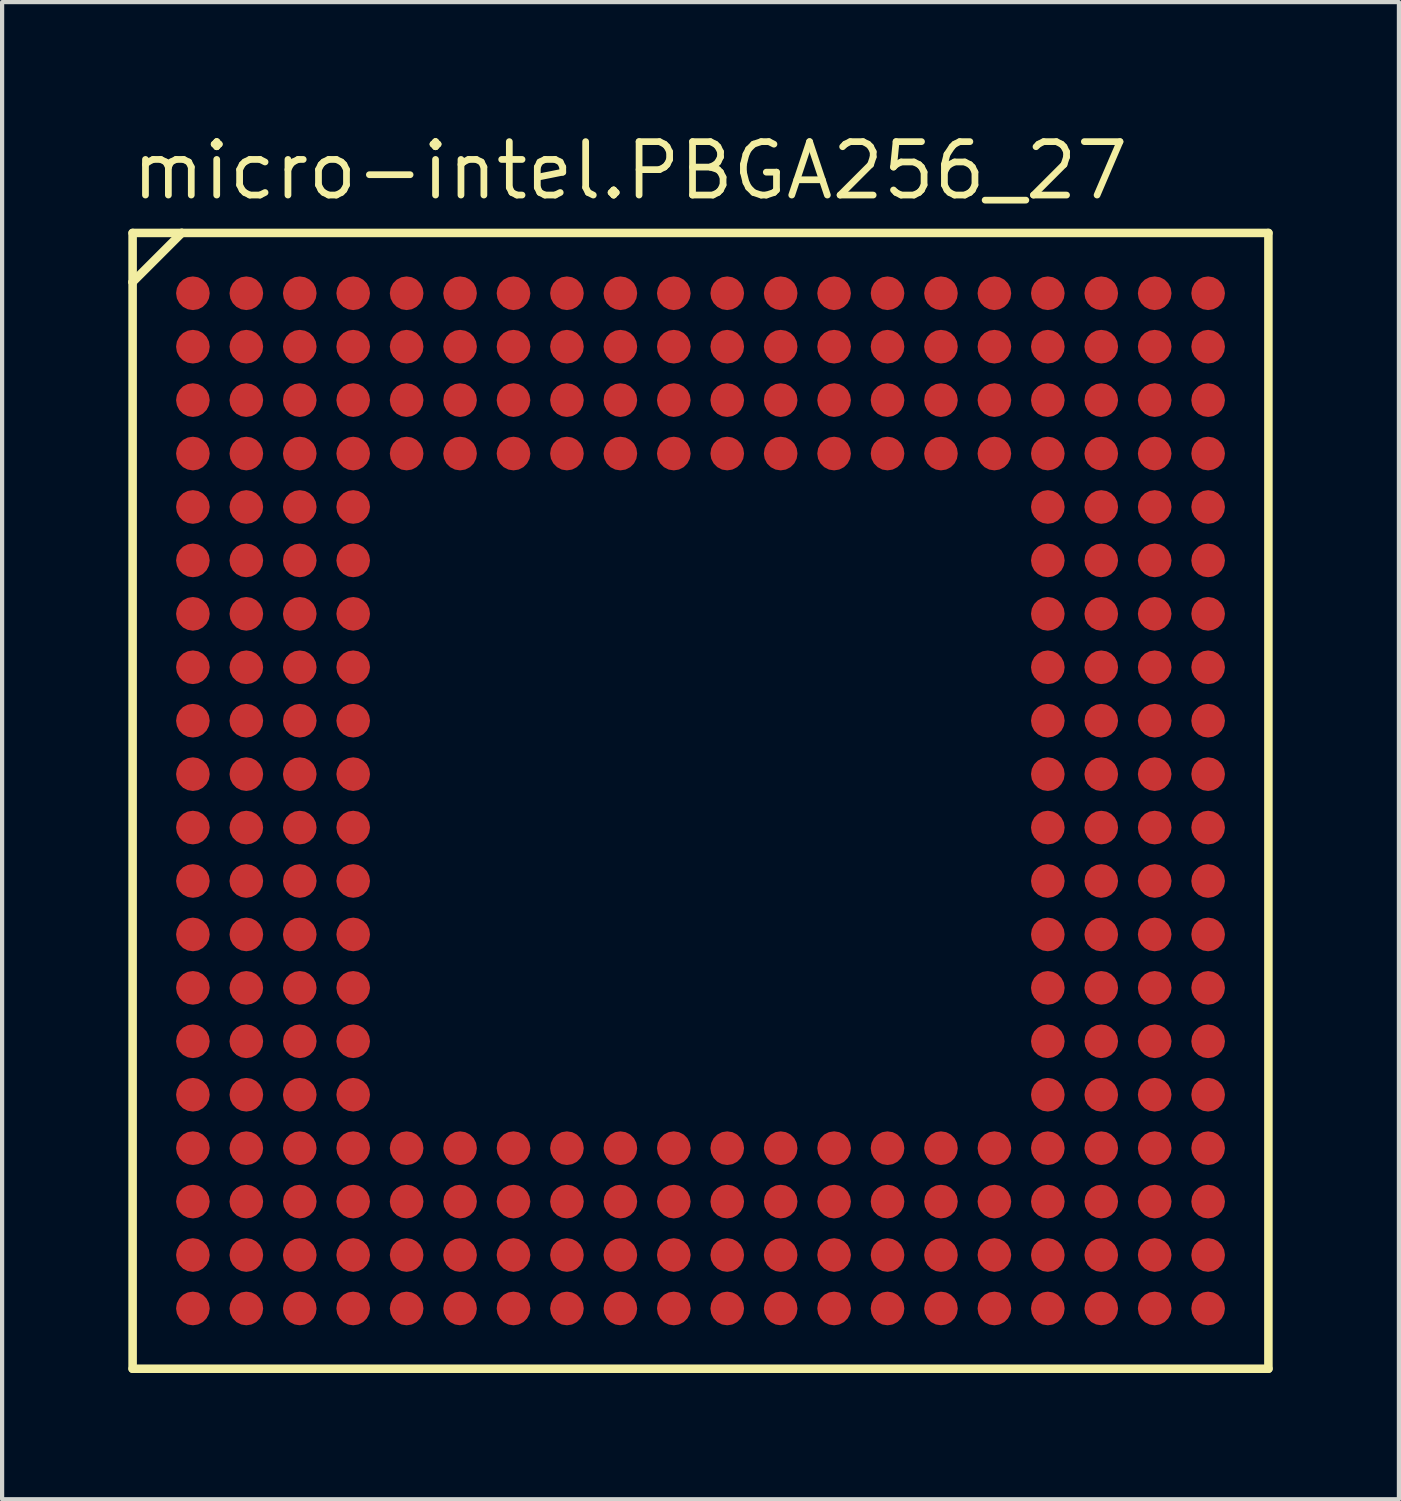
<source format=kicad_pcb>
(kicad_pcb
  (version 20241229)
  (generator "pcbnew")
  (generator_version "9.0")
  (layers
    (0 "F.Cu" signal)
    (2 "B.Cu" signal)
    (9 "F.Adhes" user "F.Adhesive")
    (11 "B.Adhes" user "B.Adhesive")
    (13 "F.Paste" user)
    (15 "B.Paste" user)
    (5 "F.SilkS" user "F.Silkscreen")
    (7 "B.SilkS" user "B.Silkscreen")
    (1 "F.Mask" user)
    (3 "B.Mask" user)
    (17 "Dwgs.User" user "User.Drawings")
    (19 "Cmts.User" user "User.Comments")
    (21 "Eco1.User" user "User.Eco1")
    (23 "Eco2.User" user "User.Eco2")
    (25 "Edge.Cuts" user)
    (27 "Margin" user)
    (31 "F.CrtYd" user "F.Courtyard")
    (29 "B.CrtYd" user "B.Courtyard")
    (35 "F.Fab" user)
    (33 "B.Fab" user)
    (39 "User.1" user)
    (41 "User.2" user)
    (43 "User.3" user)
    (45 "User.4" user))
  (footprint "micro-intel.PBGA256_27"
    (layer "F.Cu")
    (at 13.6 15.985)
    (property "Reference" "micro-intel.PBGA256_27" (at -13.6 -14.235 0) (layer "F.SilkS") (effects (font (size 1.27 1.27) (thickness 0.16)) (justify left bottom)))
    (attr smd)
    (fp_circle (center -12.065 -12.065) (end -11.665 -12.065) (stroke (width 0.1) (type default)) (fill no) (layer "F.Mask"))
    (fp_circle (center -12.065 -10.795) (end -11.665 -10.795) (stroke (width 0.1) (type default)) (fill no) (layer "F.Mask"))
    (fp_circle (center -12.065 -9.525) (end -11.665 -9.525) (stroke (width 0.1) (type default)) (fill no) (layer "F.Mask"))
    (fp_circle (center -12.065 -8.255) (end -11.665 -8.255) (stroke (width 0.1) (type default)) (fill no) (layer "F.Mask"))
    (fp_circle (center -12.065 -6.985) (end -11.665 -6.985) (stroke (width 0.1) (type default)) (fill no) (layer "F.Mask"))
    (fp_circle (center -12.065 -5.715) (end -11.665 -5.715) (stroke (width 0.1) (type default)) (fill no) (layer "F.Mask"))
    (fp_circle (center -12.065 -4.445) (end -11.665 -4.445) (stroke (width 0.1) (type default)) (fill no) (layer "F.Mask"))
    (fp_circle (center -12.065 -3.175) (end -11.665 -3.175) (stroke (width 0.1) (type default)) (fill no) (layer "F.Mask"))
    (fp_circle (center -12.065 -1.905) (end -11.665 -1.905) (stroke (width 0.1) (type default)) (fill no) (layer "F.Mask"))
    (fp_circle (center -12.065 -0.635) (end -11.665 -0.635) (stroke (width 0.1) (type default)) (fill no) (layer "F.Mask"))
    (fp_circle (center -12.065 0.635) (end -11.665 0.635) (stroke (width 0.1) (type default)) (fill no) (layer "F.Mask"))
    (fp_circle (center -12.065 1.905) (end -11.665 1.905) (stroke (width 0.1) (type default)) (fill no) (layer "F.Mask"))
    (fp_circle (center -12.065 3.175) (end -11.665 3.175) (stroke (width 0.1) (type default)) (fill no) (layer "F.Mask"))
    (fp_circle (center -12.065 4.445) (end -11.665 4.445) (stroke (width 0.1) (type default)) (fill no) (layer "F.Mask"))
    (fp_circle (center -12.065 5.715) (end -11.665 5.715) (stroke (width 0.1) (type default)) (fill no) (layer "F.Mask"))
    (fp_circle (center -12.065 6.985) (end -11.665 6.985) (stroke (width 0.1) (type default)) (fill no) (layer "F.Mask"))
    (fp_circle (center -12.065 8.255) (end -11.665 8.255) (stroke (width 0.1) (type default)) (fill no) (layer "F.Mask"))
    (fp_circle (center -12.065 9.525) (end -11.665 9.525) (stroke (width 0.1) (type default)) (fill no) (layer "F.Mask"))
    (fp_circle (center -12.065 10.795) (end -11.665 10.795) (stroke (width 0.1) (type default)) (fill no) (layer "F.Mask"))
    (fp_circle (center -12.065 12.065) (end -11.665 12.065) (stroke (width 0.1) (type default)) (fill no) (layer "F.Mask"))
    (fp_circle (center -10.795 -12.065) (end -10.395 -12.065) (stroke (width 0.1) (type default)) (fill no) (layer "F.Mask"))
    (fp_circle (center -10.795 -10.795) (end -10.395 -10.795) (stroke (width 0.1) (type default)) (fill no) (layer "F.Mask"))
    (fp_circle (center -10.795 -9.525) (end -10.395 -9.525) (stroke (width 0.1) (type default)) (fill no) (layer "F.Mask"))
    (fp_circle (center -10.795 -8.255) (end -10.395 -8.255) (stroke (width 0.1) (type default)) (fill no) (layer "F.Mask"))
    (fp_circle (center -10.795 -6.985) (end -10.395 -6.985) (stroke (width 0.1) (type default)) (fill no) (layer "F.Mask"))
    (fp_circle (center -10.795 -5.715) (end -10.395 -5.715) (stroke (width 0.1) (type default)) (fill no) (layer "F.Mask"))
    (fp_circle (center -10.795 -4.445) (end -10.395 -4.445) (stroke (width 0.1) (type default)) (fill no) (layer "F.Mask"))
    (fp_circle (center -10.795 -3.175) (end -10.395 -3.175) (stroke (width 0.1) (type default)) (fill no) (layer "F.Mask"))
    (fp_circle (center -10.795 -1.905) (end -10.395 -1.905) (stroke (width 0.1) (type default)) (fill no) (layer "F.Mask"))
    (fp_circle (center -10.795 -0.635) (end -10.395 -0.635) (stroke (width 0.1) (type default)) (fill no) (layer "F.Mask"))
    (fp_circle (center -10.795 0.635) (end -10.395 0.635) (stroke (width 0.1) (type default)) (fill no) (layer "F.Mask"))
    (fp_circle (center -10.795 1.905) (end -10.395 1.905) (stroke (width 0.1) (type default)) (fill no) (layer "F.Mask"))
    (fp_circle (center -10.795 3.175) (end -10.395 3.175) (stroke (width 0.1) (type default)) (fill no) (layer "F.Mask"))
    (fp_circle (center -10.795 4.445) (end -10.395 4.445) (stroke (width 0.1) (type default)) (fill no) (layer "F.Mask"))
    (fp_circle (center -10.795 5.715) (end -10.395 5.715) (stroke (width 0.1) (type default)) (fill no) (layer "F.Mask"))
    (fp_circle (center -10.795 6.985) (end -10.395 6.985) (stroke (width 0.1) (type default)) (fill no) (layer "F.Mask"))
    (fp_circle (center -10.795 8.255) (end -10.395 8.255) (stroke (width 0.1) (type default)) (fill no) (layer "F.Mask"))
    (fp_circle (center -10.795 9.525) (end -10.395 9.525) (stroke (width 0.1) (type default)) (fill no) (layer "F.Mask"))
    (fp_circle (center -10.795 10.795) (end -10.395 10.795) (stroke (width 0.1) (type default)) (fill no) (layer "F.Mask"))
    (fp_circle (center -10.795 12.065) (end -10.395 12.065) (stroke (width 0.1) (type default)) (fill no) (layer "F.Mask"))
    (fp_circle (center -9.525 -12.065) (end -9.125 -12.065) (stroke (width 0.1) (type default)) (fill no) (layer "F.Mask"))
    (fp_circle (center -9.525 -10.795) (end -9.125 -10.795) (stroke (width 0.1) (type default)) (fill no) (layer "F.Mask"))
    (fp_circle (center -9.525 -9.525) (end -9.125 -9.525) (stroke (width 0.1) (type default)) (fill no) (layer "F.Mask"))
    (fp_circle (center -9.525 -8.255) (end -9.125 -8.255) (stroke (width 0.1) (type default)) (fill no) (layer "F.Mask"))
    (fp_circle (center -9.525 -6.985) (end -9.125 -6.985) (stroke (width 0.1) (type default)) (fill no) (layer "F.Mask"))
    (fp_circle (center -9.525 -5.715) (end -9.125 -5.715) (stroke (width 0.1) (type default)) (fill no) (layer "F.Mask"))
    (fp_circle (center -9.525 -4.445) (end -9.125 -4.445) (stroke (width 0.1) (type default)) (fill no) (layer "F.Mask"))
    (fp_circle (center -9.525 -3.175) (end -9.125 -3.175) (stroke (width 0.1) (type default)) (fill no) (layer "F.Mask"))
    (fp_circle (center -9.525 -1.905) (end -9.125 -1.905) (stroke (width 0.1) (type default)) (fill no) (layer "F.Mask"))
    (fp_circle (center -9.525 -0.635) (end -9.125 -0.635) (stroke (width 0.1) (type default)) (fill no) (layer "F.Mask"))
    (fp_circle (center -9.525 0.635) (end -9.125 0.635) (stroke (width 0.1) (type default)) (fill no) (layer "F.Mask"))
    (fp_circle (center -9.525 1.905) (end -9.125 1.905) (stroke (width 0.1) (type default)) (fill no) (layer "F.Mask"))
    (fp_circle (center -9.525 3.175) (end -9.125 3.175) (stroke (width 0.1) (type default)) (fill no) (layer "F.Mask"))
    (fp_circle (center -9.525 4.445) (end -9.125 4.445) (stroke (width 0.1) (type default)) (fill no) (layer "F.Mask"))
    (fp_circle (center -9.525 5.715) (end -9.125 5.715) (stroke (width 0.1) (type default)) (fill no) (layer "F.Mask"))
    (fp_circle (center -9.525 6.985) (end -9.125 6.985) (stroke (width 0.1) (type default)) (fill no) (layer "F.Mask"))
    (fp_circle (center -9.525 8.255) (end -9.125 8.255) (stroke (width 0.1) (type default)) (fill no) (layer "F.Mask"))
    (fp_circle (center -9.525 9.525) (end -9.125 9.525) (stroke (width 0.1) (type default)) (fill no) (layer "F.Mask"))
    (fp_circle (center -9.525 10.795) (end -9.125 10.795) (stroke (width 0.1) (type default)) (fill no) (layer "F.Mask"))
    (fp_circle (center -9.525 12.065) (end -9.125 12.065) (stroke (width 0.1) (type default)) (fill no) (layer "F.Mask"))
    (fp_circle (center -8.255 -12.065) (end -7.855 -12.065) (stroke (width 0.1) (type default)) (fill no) (layer "F.Mask"))
    (fp_circle (center -8.255 -10.795) (end -7.855 -10.795) (stroke (width 0.1) (type default)) (fill no) (layer "F.Mask"))
    (fp_circle (center -8.255 -9.525) (end -7.855 -9.525) (stroke (width 0.1) (type default)) (fill no) (layer "F.Mask"))
    (fp_circle (center -8.255 -8.255) (end -7.855 -8.255) (stroke (width 0.1) (type default)) (fill no) (layer "F.Mask"))
    (fp_circle (center -8.255 -6.985) (end -7.855 -6.985) (stroke (width 0.1) (type default)) (fill no) (layer "F.Mask"))
    (fp_circle (center -8.255 -5.715) (end -7.855 -5.715) (stroke (width 0.1) (type default)) (fill no) (layer "F.Mask"))
    (fp_circle (center -8.255 -4.445) (end -7.855 -4.445) (stroke (width 0.1) (type default)) (fill no) (layer "F.Mask"))
    (fp_circle (center -8.255 -3.175) (end -7.855 -3.175) (stroke (width 0.1) (type default)) (fill no) (layer "F.Mask"))
    (fp_circle (center -8.255 -1.905) (end -7.855 -1.905) (stroke (width 0.1) (type default)) (fill no) (layer "F.Mask"))
    (fp_circle (center -8.255 -0.635) (end -7.855 -0.635) (stroke (width 0.1) (type default)) (fill no) (layer "F.Mask"))
    (fp_circle (center -8.255 0.635) (end -7.855 0.635) (stroke (width 0.1) (type default)) (fill no) (layer "F.Mask"))
    (fp_circle (center -8.255 1.905) (end -7.855 1.905) (stroke (width 0.1) (type default)) (fill no) (layer "F.Mask"))
    (fp_circle (center -8.255 3.175) (end -7.855 3.175) (stroke (width 0.1) (type default)) (fill no) (layer "F.Mask"))
    (fp_circle (center -8.255 4.445) (end -7.855 4.445) (stroke (width 0.1) (type default)) (fill no) (layer "F.Mask"))
    (fp_circle (center -8.255 5.715) (end -7.855 5.715) (stroke (width 0.1) (type default)) (fill no) (layer "F.Mask"))
    (fp_circle (center -8.255 6.985) (end -7.855 6.985) (stroke (width 0.1) (type default)) (fill no) (layer "F.Mask"))
    (fp_circle (center -8.255 8.255) (end -7.855 8.255) (stroke (width 0.1) (type default)) (fill no) (layer "F.Mask"))
    (fp_circle (center -8.255 9.525) (end -7.855 9.525) (stroke (width 0.1) (type default)) (fill no) (layer "F.Mask"))
    (fp_circle (center -8.255 10.795) (end -7.855 10.795) (stroke (width 0.1) (type default)) (fill no) (layer "F.Mask"))
    (fp_circle (center -8.255 12.065) (end -7.855 12.065) (stroke (width 0.1) (type default)) (fill no) (layer "F.Mask"))
    (fp_circle (center -6.985 -12.065) (end -6.585 -12.065) (stroke (width 0.1) (type default)) (fill no) (layer "F.Mask"))
    (fp_circle (center -6.985 -10.795) (end -6.585 -10.795) (stroke (width 0.1) (type default)) (fill no) (layer "F.Mask"))
    (fp_circle (center -6.985 -9.525) (end -6.585 -9.525) (stroke (width 0.1) (type default)) (fill no) (layer "F.Mask"))
    (fp_circle (center -6.985 -8.255) (end -6.585 -8.255) (stroke (width 0.1) (type default)) (fill no) (layer "F.Mask"))
    (fp_circle (center -6.985 8.255) (end -6.585 8.255) (stroke (width 0.1) (type default)) (fill no) (layer "F.Mask"))
    (fp_circle (center -6.985 9.525) (end -6.585 9.525) (stroke (width 0.1) (type default)) (fill no) (layer "F.Mask"))
    (fp_circle (center -6.985 10.795) (end -6.585 10.795) (stroke (width 0.1) (type default)) (fill no) (layer "F.Mask"))
    (fp_circle (center -6.985 12.065) (end -6.585 12.065) (stroke (width 0.1) (type default)) (fill no) (layer "F.Mask"))
    (fp_circle (center -5.715 -12.065) (end -5.315 -12.065) (stroke (width 0.1) (type default)) (fill no) (layer "F.Mask"))
    (fp_circle (center -5.715 -10.795) (end -5.315 -10.795) (stroke (width 0.1) (type default)) (fill no) (layer "F.Mask"))
    (fp_circle (center -5.715 -9.525) (end -5.315 -9.525) (stroke (width 0.1) (type default)) (fill no) (layer "F.Mask"))
    (fp_circle (center -5.715 -8.255) (end -5.315 -8.255) (stroke (width 0.1) (type default)) (fill no) (layer "F.Mask"))
    (fp_circle (center -5.715 8.255) (end -5.315 8.255) (stroke (width 0.1) (type default)) (fill no) (layer "F.Mask"))
    (fp_circle (center -5.715 9.525) (end -5.315 9.525) (stroke (width 0.1) (type default)) (fill no) (layer "F.Mask"))
    (fp_circle (center -5.715 10.795) (end -5.315 10.795) (stroke (width 0.1) (type default)) (fill no) (layer "F.Mask"))
    (fp_circle (center -5.715 12.065) (end -5.315 12.065) (stroke (width 0.1) (type default)) (fill no) (layer "F.Mask"))
    (fp_circle (center -4.445 -12.065) (end -4.045 -12.065) (stroke (width 0.1) (type default)) (fill no) (layer "F.Mask"))
    (fp_circle (center -4.445 -10.795) (end -4.045 -10.795) (stroke (width 0.1) (type default)) (fill no) (layer "F.Mask"))
    (fp_circle (center -4.445 -9.525) (end -4.045 -9.525) (stroke (width 0.1) (type default)) (fill no) (layer "F.Mask"))
    (fp_circle (center -4.445 -8.255) (end -4.045 -8.255) (stroke (width 0.1) (type default)) (fill no) (layer "F.Mask"))
    (fp_circle (center -4.445 8.255) (end -4.045 8.255) (stroke (width 0.1) (type default)) (fill no) (layer "F.Mask"))
    (fp_circle (center -4.445 9.525) (end -4.045 9.525) (stroke (width 0.1) (type default)) (fill no) (layer "F.Mask"))
    (fp_circle (center -4.445 10.795) (end -4.045 10.795) (stroke (width 0.1) (type default)) (fill no) (layer "F.Mask"))
    (fp_circle (center -4.445 12.065) (end -4.045 12.065) (stroke (width 0.1) (type default)) (fill no) (layer "F.Mask"))
    (fp_circle (center -3.175 -12.065) (end -2.775 -12.065) (stroke (width 0.1) (type default)) (fill no) (layer "F.Mask"))
    (fp_circle (center -3.175 -10.795) (end -2.775 -10.795) (stroke (width 0.1) (type default)) (fill no) (layer "F.Mask"))
    (fp_circle (center -3.175 -9.525) (end -2.775 -9.525) (stroke (width 0.1) (type default)) (fill no) (layer "F.Mask"))
    (fp_circle (center -3.175 -8.255) (end -2.775 -8.255) (stroke (width 0.1) (type default)) (fill no) (layer "F.Mask"))
    (fp_circle (center -3.175 8.255) (end -2.775 8.255) (stroke (width 0.1) (type default)) (fill no) (layer "F.Mask"))
    (fp_circle (center -3.175 9.525) (end -2.775 9.525) (stroke (width 0.1) (type default)) (fill no) (layer "F.Mask"))
    (fp_circle (center -3.175 10.795) (end -2.775 10.795) (stroke (width 0.1) (type default)) (fill no) (layer "F.Mask"))
    (fp_circle (center -3.175 12.065) (end -2.775 12.065) (stroke (width 0.1) (type default)) (fill no) (layer "F.Mask"))
    (fp_circle (center -1.905 -12.065) (end -1.505 -12.065) (stroke (width 0.1) (type default)) (fill no) (layer "F.Mask"))
    (fp_circle (center -1.905 -10.795) (end -1.505 -10.795) (stroke (width 0.1) (type default)) (fill no) (layer "F.Mask"))
    (fp_circle (center -1.905 -9.525) (end -1.505 -9.525) (stroke (width 0.1) (type default)) (fill no) (layer "F.Mask"))
    (fp_circle (center -1.905 -8.255) (end -1.505 -8.255) (stroke (width 0.1) (type default)) (fill no) (layer "F.Mask"))
    (fp_circle (center -1.905 8.255) (end -1.505 8.255) (stroke (width 0.1) (type default)) (fill no) (layer "F.Mask"))
    (fp_circle (center -1.905 9.525) (end -1.505 9.525) (stroke (width 0.1) (type default)) (fill no) (layer "F.Mask"))
    (fp_circle (center -1.905 10.795) (end -1.505 10.795) (stroke (width 0.1) (type default)) (fill no) (layer "F.Mask"))
    (fp_circle (center -1.905 12.065) (end -1.505 12.065) (stroke (width 0.1) (type default)) (fill no) (layer "F.Mask"))
    (fp_circle (center -0.635 -12.065) (end -0.235 -12.065) (stroke (width 0.1) (type default)) (fill no) (layer "F.Mask"))
    (fp_circle (center -0.635 -10.795) (end -0.235 -10.795) (stroke (width 0.1) (type default)) (fill no) (layer "F.Mask"))
    (fp_circle (center -0.635 -9.525) (end -0.235 -9.525) (stroke (width 0.1) (type default)) (fill no) (layer "F.Mask"))
    (fp_circle (center -0.635 -8.255) (end -0.235 -8.255) (stroke (width 0.1) (type default)) (fill no) (layer "F.Mask"))
    (fp_circle (center -0.635 8.255) (end -0.235 8.255) (stroke (width 0.1) (type default)) (fill no) (layer "F.Mask"))
    (fp_circle (center -0.635 9.525) (end -0.235 9.525) (stroke (width 0.1) (type default)) (fill no) (layer "F.Mask"))
    (fp_circle (center -0.635 10.795) (end -0.235 10.795) (stroke (width 0.1) (type default)) (fill no) (layer "F.Mask"))
    (fp_circle (center -0.635 12.065) (end -0.235 12.065) (stroke (width 0.1) (type default)) (fill no) (layer "F.Mask"))
    (fp_circle (center 0.635 -12.065) (end 1.035 -12.065) (stroke (width 0.1) (type default)) (fill no) (layer "F.Mask"))
    (fp_circle (center 0.635 -10.795) (end 1.035 -10.795) (stroke (width 0.1) (type default)) (fill no) (layer "F.Mask"))
    (fp_circle (center 0.635 -9.525) (end 1.035 -9.525) (stroke (width 0.1) (type default)) (fill no) (layer "F.Mask"))
    (fp_circle (center 0.635 -8.255) (end 1.035 -8.255) (stroke (width 0.1) (type default)) (fill no) (layer "F.Mask"))
    (fp_circle (center 0.635 8.255) (end 1.035 8.255) (stroke (width 0.1) (type default)) (fill no) (layer "F.Mask"))
    (fp_circle (center 0.635 9.525) (end 1.035 9.525) (stroke (width 0.1) (type default)) (fill no) (layer "F.Mask"))
    (fp_circle (center 0.635 10.795) (end 1.035 10.795) (stroke (width 0.1) (type default)) (fill no) (layer "F.Mask"))
    (fp_circle (center 0.635 12.065) (end 1.035 12.065) (stroke (width 0.1) (type default)) (fill no) (layer "F.Mask"))
    (fp_circle (center 1.905 -12.065) (end 2.305 -12.065) (stroke (width 0.1) (type default)) (fill no) (layer "F.Mask"))
    (fp_circle (center 1.905 -10.795) (end 2.305 -10.795) (stroke (width 0.1) (type default)) (fill no) (layer "F.Mask"))
    (fp_circle (center 1.905 -9.525) (end 2.305 -9.525) (stroke (width 0.1) (type default)) (fill no) (layer "F.Mask"))
    (fp_circle (center 1.905 -8.255) (end 2.305 -8.255) (stroke (width 0.1) (type default)) (fill no) (layer "F.Mask"))
    (fp_circle (center 1.905 8.255) (end 2.305 8.255) (stroke (width 0.1) (type default)) (fill no) (layer "F.Mask"))
    (fp_circle (center 1.905 9.525) (end 2.305 9.525) (stroke (width 0.1) (type default)) (fill no) (layer "F.Mask"))
    (fp_circle (center 1.905 10.795) (end 2.305 10.795) (stroke (width 0.1) (type default)) (fill no) (layer "F.Mask"))
    (fp_circle (center 1.905 12.065) (end 2.305 12.065) (stroke (width 0.1) (type default)) (fill no) (layer "F.Mask"))
    (fp_circle (center 3.175 -12.065) (end 3.575 -12.065) (stroke (width 0.1) (type default)) (fill no) (layer "F.Mask"))
    (fp_circle (center 3.175 -10.795) (end 3.575 -10.795) (stroke (width 0.1) (type default)) (fill no) (layer "F.Mask"))
    (fp_circle (center 3.175 -9.525) (end 3.575 -9.525) (stroke (width 0.1) (type default)) (fill no) (layer "F.Mask"))
    (fp_circle (center 3.175 -8.255) (end 3.575 -8.255) (stroke (width 0.1) (type default)) (fill no) (layer "F.Mask"))
    (fp_circle (center 3.175 8.255) (end 3.575 8.255) (stroke (width 0.1) (type default)) (fill no) (layer "F.Mask"))
    (fp_circle (center 3.175 9.525) (end 3.575 9.525) (stroke (width 0.1) (type default)) (fill no) (layer "F.Mask"))
    (fp_circle (center 3.175 10.795) (end 3.575 10.795) (stroke (width 0.1) (type default)) (fill no) (layer "F.Mask"))
    (fp_circle (center 3.175 12.065) (end 3.575 12.065) (stroke (width 0.1) (type default)) (fill no) (layer "F.Mask"))
    (fp_circle (center 4.445 -12.065) (end 4.845 -12.065) (stroke (width 0.1) (type default)) (fill no) (layer "F.Mask"))
    (fp_circle (center 4.445 -10.795) (end 4.845 -10.795) (stroke (width 0.1) (type default)) (fill no) (layer "F.Mask"))
    (fp_circle (center 4.445 -9.525) (end 4.845 -9.525) (stroke (width 0.1) (type default)) (fill no) (layer "F.Mask"))
    (fp_circle (center 4.445 -8.255) (end 4.845 -8.255) (stroke (width 0.1) (type default)) (fill no) (layer "F.Mask"))
    (fp_circle (center 4.445 8.255) (end 4.845 8.255) (stroke (width 0.1) (type default)) (fill no) (layer "F.Mask"))
    (fp_circle (center 4.445 9.525) (end 4.845 9.525) (stroke (width 0.1) (type default)) (fill no) (layer "F.Mask"))
    (fp_circle (center 4.445 10.795) (end 4.845 10.795) (stroke (width 0.1) (type default)) (fill no) (layer "F.Mask"))
    (fp_circle (center 4.445 12.065) (end 4.845 12.065) (stroke (width 0.1) (type default)) (fill no) (layer "F.Mask"))
    (fp_circle (center 5.715 -12.065) (end 6.115 -12.065) (stroke (width 0.1) (type default)) (fill no) (layer "F.Mask"))
    (fp_circle (center 5.715 -10.795) (end 6.115 -10.795) (stroke (width 0.1) (type default)) (fill no) (layer "F.Mask"))
    (fp_circle (center 5.715 -9.525) (end 6.115 -9.525) (stroke (width 0.1) (type default)) (fill no) (layer "F.Mask"))
    (fp_circle (center 5.715 -8.255) (end 6.115 -8.255) (stroke (width 0.1) (type default)) (fill no) (layer "F.Mask"))
    (fp_circle (center 5.715 8.255) (end 6.115 8.255) (stroke (width 0.1) (type default)) (fill no) (layer "F.Mask"))
    (fp_circle (center 5.715 9.525) (end 6.115 9.525) (stroke (width 0.1) (type default)) (fill no) (layer "F.Mask"))
    (fp_circle (center 5.715 10.795) (end 6.115 10.795) (stroke (width 0.1) (type default)) (fill no) (layer "F.Mask"))
    (fp_circle (center 5.715 12.065) (end 6.115 12.065) (stroke (width 0.1) (type default)) (fill no) (layer "F.Mask"))
    (fp_circle (center 6.985 -12.065) (end 7.385 -12.065) (stroke (width 0.1) (type default)) (fill no) (layer "F.Mask"))
    (fp_circle (center 6.985 -10.795) (end 7.385 -10.795) (stroke (width 0.1) (type default)) (fill no) (layer "F.Mask"))
    (fp_circle (center 6.985 -9.525) (end 7.385 -9.525) (stroke (width 0.1) (type default)) (fill no) (layer "F.Mask"))
    (fp_circle (center 6.985 -8.255) (end 7.385 -8.255) (stroke (width 0.1) (type default)) (fill no) (layer "F.Mask"))
    (fp_circle (center 6.985 8.255) (end 7.385 8.255) (stroke (width 0.1) (type default)) (fill no) (layer "F.Mask"))
    (fp_circle (center 6.985 9.525) (end 7.385 9.525) (stroke (width 0.1) (type default)) (fill no) (layer "F.Mask"))
    (fp_circle (center 6.985 10.795) (end 7.385 10.795) (stroke (width 0.1) (type default)) (fill no) (layer "F.Mask"))
    (fp_circle (center 6.985 12.065) (end 7.385 12.065) (stroke (width 0.1) (type default)) (fill no) (layer "F.Mask"))
    (fp_circle (center 8.255 -12.065) (end 8.655 -12.065) (stroke (width 0.1) (type default)) (fill no) (layer "F.Mask"))
    (fp_circle (center 8.255 -10.795) (end 8.655 -10.795) (stroke (width 0.1) (type default)) (fill no) (layer "F.Mask"))
    (fp_circle (center 8.255 -9.525) (end 8.655 -9.525) (stroke (width 0.1) (type default)) (fill no) (layer "F.Mask"))
    (fp_circle (center 8.255 -8.255) (end 8.655 -8.255) (stroke (width 0.1) (type default)) (fill no) (layer "F.Mask"))
    (fp_circle (center 8.255 -6.985) (end 8.655 -6.985) (stroke (width 0.1) (type default)) (fill no) (layer "F.Mask"))
    (fp_circle (center 8.255 -5.715) (end 8.655 -5.715) (stroke (width 0.1) (type default)) (fill no) (layer "F.Mask"))
    (fp_circle (center 8.255 -4.445) (end 8.655 -4.445) (stroke (width 0.1) (type default)) (fill no) (layer "F.Mask"))
    (fp_circle (center 8.255 -3.175) (end 8.655 -3.175) (stroke (width 0.1) (type default)) (fill no) (layer "F.Mask"))
    (fp_circle (center 8.255 -1.905) (end 8.655 -1.905) (stroke (width 0.1) (type default)) (fill no) (layer "F.Mask"))
    (fp_circle (center 8.255 -0.635) (end 8.655 -0.635) (stroke (width 0.1) (type default)) (fill no) (layer "F.Mask"))
    (fp_circle (center 8.255 0.635) (end 8.655 0.635) (stroke (width 0.1) (type default)) (fill no) (layer "F.Mask"))
    (fp_circle (center 8.255 1.905) (end 8.655 1.905) (stroke (width 0.1) (type default)) (fill no) (layer "F.Mask"))
    (fp_circle (center 8.255 3.175) (end 8.655 3.175) (stroke (width 0.1) (type default)) (fill no) (layer "F.Mask"))
    (fp_circle (center 8.255 4.445) (end 8.655 4.445) (stroke (width 0.1) (type default)) (fill no) (layer "F.Mask"))
    (fp_circle (center 8.255 5.715) (end 8.655 5.715) (stroke (width 0.1) (type default)) (fill no) (layer "F.Mask"))
    (fp_circle (center 8.255 6.985) (end 8.655 6.985) (stroke (width 0.1) (type default)) (fill no) (layer "F.Mask"))
    (fp_circle (center 8.255 8.255) (end 8.655 8.255) (stroke (width 0.1) (type default)) (fill no) (layer "F.Mask"))
    (fp_circle (center 8.255 9.525) (end 8.655 9.525) (stroke (width 0.1) (type default)) (fill no) (layer "F.Mask"))
    (fp_circle (center 8.255 10.795) (end 8.655 10.795) (stroke (width 0.1) (type default)) (fill no) (layer "F.Mask"))
    (fp_circle (center 8.255 12.065) (end 8.655 12.065) (stroke (width 0.1) (type default)) (fill no) (layer "F.Mask"))
    (fp_circle (center 9.525 -12.065) (end 9.925 -12.065) (stroke (width 0.1) (type default)) (fill no) (layer "F.Mask"))
    (fp_circle (center 9.525 -10.795) (end 9.925 -10.795) (stroke (width 0.1) (type default)) (fill no) (layer "F.Mask"))
    (fp_circle (center 9.525 -9.525) (end 9.925 -9.525) (stroke (width 0.1) (type default)) (fill no) (layer "F.Mask"))
    (fp_circle (center 9.525 -8.255) (end 9.925 -8.255) (stroke (width 0.1) (type default)) (fill no) (layer "F.Mask"))
    (fp_circle (center 9.525 -6.985) (end 9.925 -6.985) (stroke (width 0.1) (type default)) (fill no) (layer "F.Mask"))
    (fp_circle (center 9.525 -5.715) (end 9.925 -5.715) (stroke (width 0.1) (type default)) (fill no) (layer "F.Mask"))
    (fp_circle (center 9.525 -4.445) (end 9.925 -4.445) (stroke (width 0.1) (type default)) (fill no) (layer "F.Mask"))
    (fp_circle (center 9.525 -3.175) (end 9.925 -3.175) (stroke (width 0.1) (type default)) (fill no) (layer "F.Mask"))
    (fp_circle (center 9.525 -1.905) (end 9.925 -1.905) (stroke (width 0.1) (type default)) (fill no) (layer "F.Mask"))
    (fp_circle (center 9.525 -0.635) (end 9.925 -0.635) (stroke (width 0.1) (type default)) (fill no) (layer "F.Mask"))
    (fp_circle (center 9.525 0.635) (end 9.925 0.635) (stroke (width 0.1) (type default)) (fill no) (layer "F.Mask"))
    (fp_circle (center 9.525 1.905) (end 9.925 1.905) (stroke (width 0.1) (type default)) (fill no) (layer "F.Mask"))
    (fp_circle (center 9.525 3.175) (end 9.925 3.175) (stroke (width 0.1) (type default)) (fill no) (layer "F.Mask"))
    (fp_circle (center 9.525 4.445) (end 9.925 4.445) (stroke (width 0.1) (type default)) (fill no) (layer "F.Mask"))
    (fp_circle (center 9.525 5.715) (end 9.925 5.715) (stroke (width 0.1) (type default)) (fill no) (layer "F.Mask"))
    (fp_circle (center 9.525 6.985) (end 9.925 6.985) (stroke (width 0.1) (type default)) (fill no) (layer "F.Mask"))
    (fp_circle (center 9.525 8.255) (end 9.925 8.255) (stroke (width 0.1) (type default)) (fill no) (layer "F.Mask"))
    (fp_circle (center 9.525 9.525) (end 9.925 9.525) (stroke (width 0.1) (type default)) (fill no) (layer "F.Mask"))
    (fp_circle (center 9.525 10.795) (end 9.925 10.795) (stroke (width 0.1) (type default)) (fill no) (layer "F.Mask"))
    (fp_circle (center 9.525 12.065) (end 9.925 12.065) (stroke (width 0.1) (type default)) (fill no) (layer "F.Mask"))
    (fp_circle (center 10.795 -12.065) (end 11.195 -12.065) (stroke (width 0.1) (type default)) (fill no) (layer "F.Mask"))
    (fp_circle (center 10.795 -10.795) (end 11.195 -10.795) (stroke (width 0.1) (type default)) (fill no) (layer "F.Mask"))
    (fp_circle (center 10.795 -9.525) (end 11.195 -9.525) (stroke (width 0.1) (type default)) (fill no) (layer "F.Mask"))
    (fp_circle (center 10.795 -8.255) (end 11.195 -8.255) (stroke (width 0.1) (type default)) (fill no) (layer "F.Mask"))
    (fp_circle (center 10.795 -6.985) (end 11.195 -6.985) (stroke (width 0.1) (type default)) (fill no) (layer "F.Mask"))
    (fp_circle (center 10.795 -5.715) (end 11.195 -5.715) (stroke (width 0.1) (type default)) (fill no) (layer "F.Mask"))
    (fp_circle (center 10.795 -4.445) (end 11.195 -4.445) (stroke (width 0.1) (type default)) (fill no) (layer "F.Mask"))
    (fp_circle (center 10.795 -3.175) (end 11.195 -3.175) (stroke (width 0.1) (type default)) (fill no) (layer "F.Mask"))
    (fp_circle (center 10.795 -1.905) (end 11.195 -1.905) (stroke (width 0.1) (type default)) (fill no) (layer "F.Mask"))
    (fp_circle (center 10.795 -0.635) (end 11.195 -0.635) (stroke (width 0.1) (type default)) (fill no) (layer "F.Mask"))
    (fp_circle (center 10.795 0.635) (end 11.195 0.635) (stroke (width 0.1) (type default)) (fill no) (layer "F.Mask"))
    (fp_circle (center 10.795 1.905) (end 11.195 1.905) (stroke (width 0.1) (type default)) (fill no) (layer "F.Mask"))
    (fp_circle (center 10.795 3.175) (end 11.195 3.175) (stroke (width 0.1) (type default)) (fill no) (layer "F.Mask"))
    (fp_circle (center 10.795 4.445) (end 11.195 4.445) (stroke (width 0.1) (type default)) (fill no) (layer "F.Mask"))
    (fp_circle (center 10.795 5.715) (end 11.195 5.715) (stroke (width 0.1) (type default)) (fill no) (layer "F.Mask"))
    (fp_circle (center 10.795 6.985) (end 11.195 6.985) (stroke (width 0.1) (type default)) (fill no) (layer "F.Mask"))
    (fp_circle (center 10.795 8.255) (end 11.195 8.255) (stroke (width 0.1) (type default)) (fill no) (layer "F.Mask"))
    (fp_circle (center 10.795 9.525) (end 11.195 9.525) (stroke (width 0.1) (type default)) (fill no) (layer "F.Mask"))
    (fp_circle (center 10.795 10.795) (end 11.195 10.795) (stroke (width 0.1) (type default)) (fill no) (layer "F.Mask"))
    (fp_circle (center 10.795 12.065) (end 11.195 12.065) (stroke (width 0.1) (type default)) (fill no) (layer "F.Mask"))
    (fp_circle (center 12.065 -12.065) (end 12.465 -12.065) (stroke (width 0.1) (type default)) (fill no) (layer "F.Mask"))
    (fp_circle (center 12.065 -10.795) (end 12.465 -10.795) (stroke (width 0.1) (type default)) (fill no) (layer "F.Mask"))
    (fp_circle (center 12.065 -9.525) (end 12.465 -9.525) (stroke (width 0.1) (type default)) (fill no) (layer "F.Mask"))
    (fp_circle (center 12.065 -8.255) (end 12.465 -8.255) (stroke (width 0.1) (type default)) (fill no) (layer "F.Mask"))
    (fp_circle (center 12.065 -6.985) (end 12.465 -6.985) (stroke (width 0.1) (type default)) (fill no) (layer "F.Mask"))
    (fp_circle (center 12.065 -5.715) (end 12.465 -5.715) (stroke (width 0.1) (type default)) (fill no) (layer "F.Mask"))
    (fp_circle (center 12.065 -4.445) (end 12.465 -4.445) (stroke (width 0.1) (type default)) (fill no) (layer "F.Mask"))
    (fp_circle (center 12.065 -3.175) (end 12.465 -3.175) (stroke (width 0.1) (type default)) (fill no) (layer "F.Mask"))
    (fp_circle (center 12.065 -1.905) (end 12.465 -1.905) (stroke (width 0.1) (type default)) (fill no) (layer "F.Mask"))
    (fp_circle (center 12.065 -0.635) (end 12.465 -0.635) (stroke (width 0.1) (type default)) (fill no) (layer "F.Mask"))
    (fp_circle (center 12.065 0.635) (end 12.465 0.635) (stroke (width 0.1) (type default)) (fill no) (layer "F.Mask"))
    (fp_circle (center 12.065 1.905) (end 12.465 1.905) (stroke (width 0.1) (type default)) (fill no) (layer "F.Mask"))
    (fp_circle (center 12.065 3.175) (end 12.465 3.175) (stroke (width 0.1) (type default)) (fill no) (layer "F.Mask"))
    (fp_circle (center 12.065 4.445) (end 12.465 4.445) (stroke (width 0.1) (type default)) (fill no) (layer "F.Mask"))
    (fp_circle (center 12.065 5.715) (end 12.465 5.715) (stroke (width 0.1) (type default)) (fill no) (layer "F.Mask"))
    (fp_circle (center 12.065 6.985) (end 12.465 6.985) (stroke (width 0.1) (type default)) (fill no) (layer "F.Mask"))
    (fp_circle (center 12.065 8.255) (end 12.465 8.255) (stroke (width 0.1) (type default)) (fill no) (layer "F.Mask"))
    (fp_circle (center 12.065 9.525) (end 12.465 9.525) (stroke (width 0.1) (type default)) (fill no) (layer "F.Mask"))
    (fp_circle (center 12.065 10.795) (end 12.465 10.795) (stroke (width 0.1) (type default)) (fill no) (layer "F.Mask"))
    (fp_circle (center 12.065 12.065) (end 12.465 12.065) (stroke (width 0.1) (type default)) (fill no) (layer "F.Mask"))
    (fp_line (start -13.498 -13.498) (end -13.498 -12.33) (stroke (width 0.203) (type default)) (layer "F.SilkS"))
    (fp_line (start -13.498 -12.33) (end -13.498 13.498) (stroke (width 0.203) (type default)) (layer "F.SilkS"))
    (fp_line (start -13.498 -12.33) (end -12.33 -13.498) (stroke (width 0.203) (type default)) (layer "F.SilkS"))
    (fp_line (start -13.498 13.498) (end 13.498 13.498) (stroke (width 0.203) (type default)) (layer "F.SilkS"))
    (fp_line (start -12.33 -13.498) (end -13.498 -13.498) (stroke (width 0.203) (type default)) (layer "F.SilkS"))
    (fp_line (start 13.498 -13.498) (end -12.33 -13.498) (stroke (width 0.203) (type default)) (layer "F.SilkS"))
    (fp_line (start 13.498 13.498) (end 13.498 -13.498) (stroke (width 0.203) (type default)) (layer "F.SilkS"))
    (pad "A1" smd roundrect (at -12.065 -12.065) (size 0.8 0.8) (layers "F.Cu" "F.Mask" "F.Paste") (roundrect_rratio 0.5))
    (pad "A2" smd roundrect (at -10.795 -12.065) (size 0.8 0.8) (layers "F.Cu" "F.Mask" "F.Paste") (roundrect_rratio 0.5))
    (pad "A3" smd roundrect (at -9.525 -12.065) (size 0.8 0.8) (layers "F.Cu" "F.Mask" "F.Paste") (roundrect_rratio 0.5))
    (pad "A4" smd roundrect (at -8.255 -12.065) (size 0.8 0.8) (layers "F.Cu" "F.Mask" "F.Paste") (roundrect_rratio 0.5))
    (pad "A5" smd roundrect (at -6.985 -12.065) (size 0.8 0.8) (layers "F.Cu" "F.Mask" "F.Paste") (roundrect_rratio 0.5))
    (pad "A6" smd roundrect (at -5.715 -12.065) (size 0.8 0.8) (layers "F.Cu" "F.Mask" "F.Paste") (roundrect_rratio 0.5))
    (pad "A7" smd roundrect (at -4.445 -12.065) (size 0.8 0.8) (layers "F.Cu" "F.Mask" "F.Paste") (roundrect_rratio 0.5))
    (pad "A8" smd roundrect (at -3.175 -12.065) (size 0.8 0.8) (layers "F.Cu" "F.Mask" "F.Paste") (roundrect_rratio 0.5))
    (pad "A9" smd roundrect (at -1.905 -12.065) (size 0.8 0.8) (layers "F.Cu" "F.Mask" "F.Paste") (roundrect_rratio 0.5))
    (pad "A10" smd roundrect (at -0.635 -12.065) (size 0.8 0.8) (layers "F.Cu" "F.Mask" "F.Paste") (roundrect_rratio 0.5))
    (pad "A11" smd roundrect (at 0.635 -12.065) (size 0.8 0.8) (layers "F.Cu" "F.Mask" "F.Paste") (roundrect_rratio 0.5))
    (pad "A12" smd roundrect (at 1.905 -12.065) (size 0.8 0.8) (layers "F.Cu" "F.Mask" "F.Paste") (roundrect_rratio 0.5))
    (pad "A13" smd roundrect (at 3.175 -12.065) (size 0.8 0.8) (layers "F.Cu" "F.Mask" "F.Paste") (roundrect_rratio 0.5))
    (pad "A14" smd roundrect (at 4.445 -12.065) (size 0.8 0.8) (layers "F.Cu" "F.Mask" "F.Paste") (roundrect_rratio 0.5))
    (pad "A15" smd roundrect (at 5.715 -12.065) (size 0.8 0.8) (layers "F.Cu" "F.Mask" "F.Paste") (roundrect_rratio 0.5))
    (pad "A16" smd roundrect (at 6.985 -12.065) (size 0.8 0.8) (layers "F.Cu" "F.Mask" "F.Paste") (roundrect_rratio 0.5))
    (pad "A17" smd roundrect (at 8.255 -12.065) (size 0.8 0.8) (layers "F.Cu" "F.Mask" "F.Paste") (roundrect_rratio 0.5))
    (pad "A18" smd roundrect (at 9.525 -12.065) (size 0.8 0.8) (layers "F.Cu" "F.Mask" "F.Paste") (roundrect_rratio 0.5))
    (pad "A19" smd roundrect (at 10.795 -12.065) (size 0.8 0.8) (layers "F.Cu" "F.Mask" "F.Paste") (roundrect_rratio 0.5))
    (pad "A20" smd roundrect (at 12.065 -12.065) (size 0.8 0.8) (layers "F.Cu" "F.Mask" "F.Paste") (roundrect_rratio 0.5))
    (pad "B1" smd roundrect (at -12.065 -10.795) (size 0.8 0.8) (layers "F.Cu" "F.Mask" "F.Paste") (roundrect_rratio 0.5))
    (pad "B2" smd roundrect (at -10.795 -10.795) (size 0.8 0.8) (layers "F.Cu" "F.Mask" "F.Paste") (roundrect_rratio 0.5))
    (pad "B3" smd roundrect (at -9.525 -10.795) (size 0.8 0.8) (layers "F.Cu" "F.Mask" "F.Paste") (roundrect_rratio 0.5))
    (pad "B4" smd roundrect (at -8.255 -10.795) (size 0.8 0.8) (layers "F.Cu" "F.Mask" "F.Paste") (roundrect_rratio 0.5))
    (pad "B5" smd roundrect (at -6.985 -10.795) (size 0.8 0.8) (layers "F.Cu" "F.Mask" "F.Paste") (roundrect_rratio 0.5))
    (pad "B6" smd roundrect (at -5.715 -10.795) (size 0.8 0.8) (layers "F.Cu" "F.Mask" "F.Paste") (roundrect_rratio 0.5))
    (pad "B7" smd roundrect (at -4.445 -10.795) (size 0.8 0.8) (layers "F.Cu" "F.Mask" "F.Paste") (roundrect_rratio 0.5))
    (pad "B8" smd roundrect (at -3.175 -10.795) (size 0.8 0.8) (layers "F.Cu" "F.Mask" "F.Paste") (roundrect_rratio 0.5))
    (pad "B9" smd roundrect (at -1.905 -10.795) (size 0.8 0.8) (layers "F.Cu" "F.Mask" "F.Paste") (roundrect_rratio 0.5))
    (pad "B10" smd roundrect (at -0.635 -10.795) (size 0.8 0.8) (layers "F.Cu" "F.Mask" "F.Paste") (roundrect_rratio 0.5))
    (pad "B11" smd roundrect (at 0.635 -10.795) (size 0.8 0.8) (layers "F.Cu" "F.Mask" "F.Paste") (roundrect_rratio 0.5))
    (pad "B12" smd roundrect (at 1.905 -10.795) (size 0.8 0.8) (layers "F.Cu" "F.Mask" "F.Paste") (roundrect_rratio 0.5))
    (pad "B13" smd roundrect (at 3.175 -10.795) (size 0.8 0.8) (layers "F.Cu" "F.Mask" "F.Paste") (roundrect_rratio 0.5))
    (pad "B14" smd roundrect (at 4.445 -10.795) (size 0.8 0.8) (layers "F.Cu" "F.Mask" "F.Paste") (roundrect_rratio 0.5))
    (pad "B15" smd roundrect (at 5.715 -10.795) (size 0.8 0.8) (layers "F.Cu" "F.Mask" "F.Paste") (roundrect_rratio 0.5))
    (pad "B16" smd roundrect (at 6.985 -10.795) (size 0.8 0.8) (layers "F.Cu" "F.Mask" "F.Paste") (roundrect_rratio 0.5))
    (pad "B17" smd roundrect (at 8.255 -10.795) (size 0.8 0.8) (layers "F.Cu" "F.Mask" "F.Paste") (roundrect_rratio 0.5))
    (pad "B18" smd roundrect (at 9.525 -10.795) (size 0.8 0.8) (layers "F.Cu" "F.Mask" "F.Paste") (roundrect_rratio 0.5))
    (pad "B19" smd roundrect (at 10.795 -10.795) (size 0.8 0.8) (layers "F.Cu" "F.Mask" "F.Paste") (roundrect_rratio 0.5))
    (pad "B20" smd roundrect (at 12.065 -10.795) (size 0.8 0.8) (layers "F.Cu" "F.Mask" "F.Paste") (roundrect_rratio 0.5))
    (pad "C1" smd roundrect (at -12.065 -9.525) (size 0.8 0.8) (layers "F.Cu" "F.Mask" "F.Paste") (roundrect_rratio 0.5))
    (pad "C2" smd roundrect (at -10.795 -9.525) (size 0.8 0.8) (layers "F.Cu" "F.Mask" "F.Paste") (roundrect_rratio 0.5))
    (pad "C3" smd roundrect (at -9.525 -9.525) (size 0.8 0.8) (layers "F.Cu" "F.Mask" "F.Paste") (roundrect_rratio 0.5))
    (pad "C4" smd roundrect (at -8.255 -9.525) (size 0.8 0.8) (layers "F.Cu" "F.Mask" "F.Paste") (roundrect_rratio 0.5))
    (pad "C5" smd roundrect (at -6.985 -9.525) (size 0.8 0.8) (layers "F.Cu" "F.Mask" "F.Paste") (roundrect_rratio 0.5))
    (pad "C6" smd roundrect (at -5.715 -9.525) (size 0.8 0.8) (layers "F.Cu" "F.Mask" "F.Paste") (roundrect_rratio 0.5))
    (pad "C7" smd roundrect (at -4.445 -9.525) (size 0.8 0.8) (layers "F.Cu" "F.Mask" "F.Paste") (roundrect_rratio 0.5))
    (pad "C8" smd roundrect (at -3.175 -9.525) (size 0.8 0.8) (layers "F.Cu" "F.Mask" "F.Paste") (roundrect_rratio 0.5))
    (pad "C9" smd roundrect (at -1.905 -9.525) (size 0.8 0.8) (layers "F.Cu" "F.Mask" "F.Paste") (roundrect_rratio 0.5))
    (pad "C10" smd roundrect (at -0.635 -9.525) (size 0.8 0.8) (layers "F.Cu" "F.Mask" "F.Paste") (roundrect_rratio 0.5))
    (pad "C11" smd roundrect (at 0.635 -9.525) (size 0.8 0.8) (layers "F.Cu" "F.Mask" "F.Paste") (roundrect_rratio 0.5))
    (pad "C12" smd roundrect (at 1.905 -9.525) (size 0.8 0.8) (layers "F.Cu" "F.Mask" "F.Paste") (roundrect_rratio 0.5))
    (pad "C13" smd roundrect (at 3.175 -9.525) (size 0.8 0.8) (layers "F.Cu" "F.Mask" "F.Paste") (roundrect_rratio 0.5))
    (pad "C14" smd roundrect (at 4.445 -9.525) (size 0.8 0.8) (layers "F.Cu" "F.Mask" "F.Paste") (roundrect_rratio 0.5))
    (pad "C15" smd roundrect (at 5.715 -9.525) (size 0.8 0.8) (layers "F.Cu" "F.Mask" "F.Paste") (roundrect_rratio 0.5))
    (pad "C16" smd roundrect (at 6.985 -9.525) (size 0.8 0.8) (layers "F.Cu" "F.Mask" "F.Paste") (roundrect_rratio 0.5))
    (pad "C17" smd roundrect (at 8.255 -9.525) (size 0.8 0.8) (layers "F.Cu" "F.Mask" "F.Paste") (roundrect_rratio 0.5))
    (pad "C18" smd roundrect (at 9.525 -9.525) (size 0.8 0.8) (layers "F.Cu" "F.Mask" "F.Paste") (roundrect_rratio 0.5))
    (pad "C19" smd roundrect (at 10.795 -9.525) (size 0.8 0.8) (layers "F.Cu" "F.Mask" "F.Paste") (roundrect_rratio 0.5))
    (pad "C20" smd roundrect (at 12.065 -9.525) (size 0.8 0.8) (layers "F.Cu" "F.Mask" "F.Paste") (roundrect_rratio 0.5))
    (pad "D1" smd roundrect (at -12.065 -8.255) (size 0.8 0.8) (layers "F.Cu" "F.Mask" "F.Paste") (roundrect_rratio 0.5))
    (pad "D2" smd roundrect (at -10.795 -8.255) (size 0.8 0.8) (layers "F.Cu" "F.Mask" "F.Paste") (roundrect_rratio 0.5))
    (pad "D3" smd roundrect (at -9.525 -8.255) (size 0.8 0.8) (layers "F.Cu" "F.Mask" "F.Paste") (roundrect_rratio 0.5))
    (pad "D4" smd roundrect (at -8.255 -8.255) (size 0.8 0.8) (layers "F.Cu" "F.Mask" "F.Paste") (roundrect_rratio 0.5))
    (pad "D5" smd roundrect (at -6.985 -8.255) (size 0.8 0.8) (layers "F.Cu" "F.Mask" "F.Paste") (roundrect_rratio 0.5))
    (pad "D6" smd roundrect (at -5.715 -8.255) (size 0.8 0.8) (layers "F.Cu" "F.Mask" "F.Paste") (roundrect_rratio 0.5))
    (pad "D7" smd roundrect (at -4.445 -8.255) (size 0.8 0.8) (layers "F.Cu" "F.Mask" "F.Paste") (roundrect_rratio 0.5))
    (pad "D8" smd roundrect (at -3.175 -8.255) (size 0.8 0.8) (layers "F.Cu" "F.Mask" "F.Paste") (roundrect_rratio 0.5))
    (pad "D9" smd roundrect (at -1.905 -8.255) (size 0.8 0.8) (layers "F.Cu" "F.Mask" "F.Paste") (roundrect_rratio 0.5))
    (pad "D10" smd roundrect (at -0.635 -8.255) (size 0.8 0.8) (layers "F.Cu" "F.Mask" "F.Paste") (roundrect_rratio 0.5))
    (pad "D11" smd roundrect (at 0.635 -8.255) (size 0.8 0.8) (layers "F.Cu" "F.Mask" "F.Paste") (roundrect_rratio 0.5))
    (pad "D12" smd roundrect (at 1.905 -8.255) (size 0.8 0.8) (layers "F.Cu" "F.Mask" "F.Paste") (roundrect_rratio 0.5))
    (pad "D13" smd roundrect (at 3.175 -8.255) (size 0.8 0.8) (layers "F.Cu" "F.Mask" "F.Paste") (roundrect_rratio 0.5))
    (pad "D14" smd roundrect (at 4.445 -8.255) (size 0.8 0.8) (layers "F.Cu" "F.Mask" "F.Paste") (roundrect_rratio 0.5))
    (pad "D15" smd roundrect (at 5.715 -8.255) (size 0.8 0.8) (layers "F.Cu" "F.Mask" "F.Paste") (roundrect_rratio 0.5))
    (pad "D16" smd roundrect (at 6.985 -8.255) (size 0.8 0.8) (layers "F.Cu" "F.Mask" "F.Paste") (roundrect_rratio 0.5))
    (pad "D17" smd roundrect (at 8.255 -8.255) (size 0.8 0.8) (layers "F.Cu" "F.Mask" "F.Paste") (roundrect_rratio 0.5))
    (pad "D18" smd roundrect (at 9.525 -8.255) (size 0.8 0.8) (layers "F.Cu" "F.Mask" "F.Paste") (roundrect_rratio 0.5))
    (pad "D19" smd roundrect (at 10.795 -8.255) (size 0.8 0.8) (layers "F.Cu" "F.Mask" "F.Paste") (roundrect_rratio 0.5))
    (pad "D20" smd roundrect (at 12.065 -8.255) (size 0.8 0.8) (layers "F.Cu" "F.Mask" "F.Paste") (roundrect_rratio 0.5))
    (pad "E1" smd roundrect (at -12.065 -6.985) (size 0.8 0.8) (layers "F.Cu" "F.Mask" "F.Paste") (roundrect_rratio 0.5))
    (pad "E2" smd roundrect (at -10.795 -6.985) (size 0.8 0.8) (layers "F.Cu" "F.Mask" "F.Paste") (roundrect_rratio 0.5))
    (pad "E3" smd roundrect (at -9.525 -6.985) (size 0.8 0.8) (layers "F.Cu" "F.Mask" "F.Paste") (roundrect_rratio 0.5))
    (pad "E4" smd roundrect (at -8.255 -6.985) (size 0.8 0.8) (layers "F.Cu" "F.Mask" "F.Paste") (roundrect_rratio 0.5))
    (pad "E17" smd roundrect (at 8.255 -6.985) (size 0.8 0.8) (layers "F.Cu" "F.Mask" "F.Paste") (roundrect_rratio 0.5))
    (pad "E18" smd roundrect (at 9.525 -6.985) (size 0.8 0.8) (layers "F.Cu" "F.Mask" "F.Paste") (roundrect_rratio 0.5))
    (pad "E19" smd roundrect (at 10.795 -6.985) (size 0.8 0.8) (layers "F.Cu" "F.Mask" "F.Paste") (roundrect_rratio 0.5))
    (pad "E20" smd roundrect (at 12.065 -6.985) (size 0.8 0.8) (layers "F.Cu" "F.Mask" "F.Paste") (roundrect_rratio 0.5))
    (pad "F1" smd roundrect (at -12.065 -5.715) (size 0.8 0.8) (layers "F.Cu" "F.Mask" "F.Paste") (roundrect_rratio 0.5))
    (pad "F2" smd roundrect (at -10.795 -5.715) (size 0.8 0.8) (layers "F.Cu" "F.Mask" "F.Paste") (roundrect_rratio 0.5))
    (pad "F3" smd roundrect (at -9.525 -5.715) (size 0.8 0.8) (layers "F.Cu" "F.Mask" "F.Paste") (roundrect_rratio 0.5))
    (pad "F4" smd roundrect (at -8.255 -5.715) (size 0.8 0.8) (layers "F.Cu" "F.Mask" "F.Paste") (roundrect_rratio 0.5))
    (pad "F17" smd roundrect (at 8.255 -5.715) (size 0.8 0.8) (layers "F.Cu" "F.Mask" "F.Paste") (roundrect_rratio 0.5))
    (pad "F18" smd roundrect (at 9.525 -5.715) (size 0.8 0.8) (layers "F.Cu" "F.Mask" "F.Paste") (roundrect_rratio 0.5))
    (pad "F19" smd roundrect (at 10.795 -5.715) (size 0.8 0.8) (layers "F.Cu" "F.Mask" "F.Paste") (roundrect_rratio 0.5))
    (pad "F20" smd roundrect (at 12.065 -5.715) (size 0.8 0.8) (layers "F.Cu" "F.Mask" "F.Paste") (roundrect_rratio 0.5))
    (pad "G1" smd roundrect (at -12.065 -4.445) (size 0.8 0.8) (layers "F.Cu" "F.Mask" "F.Paste") (roundrect_rratio 0.5))
    (pad "G2" smd roundrect (at -10.795 -4.445) (size 0.8 0.8) (layers "F.Cu" "F.Mask" "F.Paste") (roundrect_rratio 0.5))
    (pad "G3" smd roundrect (at -9.525 -4.445) (size 0.8 0.8) (layers "F.Cu" "F.Mask" "F.Paste") (roundrect_rratio 0.5))
    (pad "G4" smd roundrect (at -8.255 -4.445) (size 0.8 0.8) (layers "F.Cu" "F.Mask" "F.Paste") (roundrect_rratio 0.5))
    (pad "G17" smd roundrect (at 8.255 -4.445) (size 0.8 0.8) (layers "F.Cu" "F.Mask" "F.Paste") (roundrect_rratio 0.5))
    (pad "G18" smd roundrect (at 9.525 -4.445) (size 0.8 0.8) (layers "F.Cu" "F.Mask" "F.Paste") (roundrect_rratio 0.5))
    (pad "G19" smd roundrect (at 10.795 -4.445) (size 0.8 0.8) (layers "F.Cu" "F.Mask" "F.Paste") (roundrect_rratio 0.5))
    (pad "G20" smd roundrect (at 12.065 -4.445) (size 0.8 0.8) (layers "F.Cu" "F.Mask" "F.Paste") (roundrect_rratio 0.5))
    (pad "H1" smd roundrect (at -12.065 -3.175) (size 0.8 0.8) (layers "F.Cu" "F.Mask" "F.Paste") (roundrect_rratio 0.5))
    (pad "H2" smd roundrect (at -10.795 -3.175) (size 0.8 0.8) (layers "F.Cu" "F.Mask" "F.Paste") (roundrect_rratio 0.5))
    (pad "H3" smd roundrect (at -9.525 -3.175) (size 0.8 0.8) (layers "F.Cu" "F.Mask" "F.Paste") (roundrect_rratio 0.5))
    (pad "H4" smd roundrect (at -8.255 -3.175) (size 0.8 0.8) (layers "F.Cu" "F.Mask" "F.Paste") (roundrect_rratio 0.5))
    (pad "H17" smd roundrect (at 8.255 -3.175) (size 0.8 0.8) (layers "F.Cu" "F.Mask" "F.Paste") (roundrect_rratio 0.5))
    (pad "H18" smd roundrect (at 9.525 -3.175) (size 0.8 0.8) (layers "F.Cu" "F.Mask" "F.Paste") (roundrect_rratio 0.5))
    (pad "H19" smd roundrect (at 10.795 -3.175) (size 0.8 0.8) (layers "F.Cu" "F.Mask" "F.Paste") (roundrect_rratio 0.5))
    (pad "H20" smd roundrect (at 12.065 -3.175) (size 0.8 0.8) (layers "F.Cu" "F.Mask" "F.Paste") (roundrect_rratio 0.5))
    (pad "J1" smd roundrect (at -12.065 -1.905) (size 0.8 0.8) (layers "F.Cu" "F.Mask" "F.Paste") (roundrect_rratio 0.5))
    (pad "J2" smd roundrect (at -10.795 -1.905) (size 0.8 0.8) (layers "F.Cu" "F.Mask" "F.Paste") (roundrect_rratio 0.5))
    (pad "J3" smd roundrect (at -9.525 -1.905) (size 0.8 0.8) (layers "F.Cu" "F.Mask" "F.Paste") (roundrect_rratio 0.5))
    (pad "J4" smd roundrect (at -8.255 -1.905) (size 0.8 0.8) (layers "F.Cu" "F.Mask" "F.Paste") (roundrect_rratio 0.5))
    (pad "J17" smd roundrect (at 8.255 -1.905) (size 0.8 0.8) (layers "F.Cu" "F.Mask" "F.Paste") (roundrect_rratio 0.5))
    (pad "J18" smd roundrect (at 9.525 -1.905) (size 0.8 0.8) (layers "F.Cu" "F.Mask" "F.Paste") (roundrect_rratio 0.5))
    (pad "J19" smd roundrect (at 10.795 -1.905) (size 0.8 0.8) (layers "F.Cu" "F.Mask" "F.Paste") (roundrect_rratio 0.5))
    (pad "J20" smd roundrect (at 12.065 -1.905) (size 0.8 0.8) (layers "F.Cu" "F.Mask" "F.Paste") (roundrect_rratio 0.5))
    (pad "K1" smd roundrect (at -12.065 -0.635) (size 0.8 0.8) (layers "F.Cu" "F.Mask" "F.Paste") (roundrect_rratio 0.5))
    (pad "K2" smd roundrect (at -10.795 -0.635) (size 0.8 0.8) (layers "F.Cu" "F.Mask" "F.Paste") (roundrect_rratio 0.5))
    (pad "K3" smd roundrect (at -9.525 -0.635) (size 0.8 0.8) (layers "F.Cu" "F.Mask" "F.Paste") (roundrect_rratio 0.5))
    (pad "K4" smd roundrect (at -8.255 -0.635) (size 0.8 0.8) (layers "F.Cu" "F.Mask" "F.Paste") (roundrect_rratio 0.5))
    (pad "K17" smd roundrect (at 8.255 -0.635) (size 0.8 0.8) (layers "F.Cu" "F.Mask" "F.Paste") (roundrect_rratio 0.5))
    (pad "K18" smd roundrect (at 9.525 -0.635) (size 0.8 0.8) (layers "F.Cu" "F.Mask" "F.Paste") (roundrect_rratio 0.5))
    (pad "K19" smd roundrect (at 10.795 -0.635) (size 0.8 0.8) (layers "F.Cu" "F.Mask" "F.Paste") (roundrect_rratio 0.5))
    (pad "K20" smd roundrect (at 12.065 -0.635) (size 0.8 0.8) (layers "F.Cu" "F.Mask" "F.Paste") (roundrect_rratio 0.5))
    (pad "L1" smd roundrect (at -12.065 0.635) (size 0.8 0.8) (layers "F.Cu" "F.Mask" "F.Paste") (roundrect_rratio 0.5))
    (pad "L2" smd roundrect (at -10.795 0.635) (size 0.8 0.8) (layers "F.Cu" "F.Mask" "F.Paste") (roundrect_rratio 0.5))
    (pad "L3" smd roundrect (at -9.525 0.635) (size 0.8 0.8) (layers "F.Cu" "F.Mask" "F.Paste") (roundrect_rratio 0.5))
    (pad "L4" smd roundrect (at -8.255 0.635) (size 0.8 0.8) (layers "F.Cu" "F.Mask" "F.Paste") (roundrect_rratio 0.5))
    (pad "L17" smd roundrect (at 8.255 0.635) (size 0.8 0.8) (layers "F.Cu" "F.Mask" "F.Paste") (roundrect_rratio 0.5))
    (pad "L18" smd roundrect (at 9.525 0.635) (size 0.8 0.8) (layers "F.Cu" "F.Mask" "F.Paste") (roundrect_rratio 0.5))
    (pad "L19" smd roundrect (at 10.795 0.635) (size 0.8 0.8) (layers "F.Cu" "F.Mask" "F.Paste") (roundrect_rratio 0.5))
    (pad "L20" smd roundrect (at 12.065 0.635) (size 0.8 0.8) (layers "F.Cu" "F.Mask" "F.Paste") (roundrect_rratio 0.5))
    (pad "M1" smd roundrect (at -12.065 1.905) (size 0.8 0.8) (layers "F.Cu" "F.Mask" "F.Paste") (roundrect_rratio 0.5))
    (pad "M2" smd roundrect (at -10.795 1.905) (size 0.8 0.8) (layers "F.Cu" "F.Mask" "F.Paste") (roundrect_rratio 0.5))
    (pad "M3" smd roundrect (at -9.525 1.905) (size 0.8 0.8) (layers "F.Cu" "F.Mask" "F.Paste") (roundrect_rratio 0.5))
    (pad "M4" smd roundrect (at -8.255 1.905) (size 0.8 0.8) (layers "F.Cu" "F.Mask" "F.Paste") (roundrect_rratio 0.5))
    (pad "M17" smd roundrect (at 8.255 1.905) (size 0.8 0.8) (layers "F.Cu" "F.Mask" "F.Paste") (roundrect_rratio 0.5))
    (pad "M18" smd roundrect (at 9.525 1.905) (size 0.8 0.8) (layers "F.Cu" "F.Mask" "F.Paste") (roundrect_rratio 0.5))
    (pad "M19" smd roundrect (at 10.795 1.905) (size 0.8 0.8) (layers "F.Cu" "F.Mask" "F.Paste") (roundrect_rratio 0.5))
    (pad "M20" smd roundrect (at 12.065 1.905) (size 0.8 0.8) (layers "F.Cu" "F.Mask" "F.Paste") (roundrect_rratio 0.5))
    (pad "N1" smd roundrect (at -12.065 3.175) (size 0.8 0.8) (layers "F.Cu" "F.Mask" "F.Paste") (roundrect_rratio 0.5))
    (pad "N2" smd roundrect (at -10.795 3.175) (size 0.8 0.8) (layers "F.Cu" "F.Mask" "F.Paste") (roundrect_rratio 0.5))
    (pad "N3" smd roundrect (at -9.525 3.175) (size 0.8 0.8) (layers "F.Cu" "F.Mask" "F.Paste") (roundrect_rratio 0.5))
    (pad "N4" smd roundrect (at -8.255 3.175) (size 0.8 0.8) (layers "F.Cu" "F.Mask" "F.Paste") (roundrect_rratio 0.5))
    (pad "N17" smd roundrect (at 8.255 3.175) (size 0.8 0.8) (layers "F.Cu" "F.Mask" "F.Paste") (roundrect_rratio 0.5))
    (pad "N18" smd roundrect (at 9.525 3.175) (size 0.8 0.8) (layers "F.Cu" "F.Mask" "F.Paste") (roundrect_rratio 0.5))
    (pad "N19" smd roundrect (at 10.795 3.175) (size 0.8 0.8) (layers "F.Cu" "F.Mask" "F.Paste") (roundrect_rratio 0.5))
    (pad "N20" smd roundrect (at 12.065 3.175) (size 0.8 0.8) (layers "F.Cu" "F.Mask" "F.Paste") (roundrect_rratio 0.5))
    (pad "P1" smd roundrect (at -12.065 4.445) (size 0.8 0.8) (layers "F.Cu" "F.Mask" "F.Paste") (roundrect_rratio 0.5))
    (pad "P2" smd roundrect (at -10.795 4.445) (size 0.8 0.8) (layers "F.Cu" "F.Mask" "F.Paste") (roundrect_rratio 0.5))
    (pad "P3" smd roundrect (at -9.525 4.445) (size 0.8 0.8) (layers "F.Cu" "F.Mask" "F.Paste") (roundrect_rratio 0.5))
    (pad "P4" smd roundrect (at -8.255 4.445) (size 0.8 0.8) (layers "F.Cu" "F.Mask" "F.Paste") (roundrect_rratio 0.5))
    (pad "P17" smd roundrect (at 8.255 4.445) (size 0.8 0.8) (layers "F.Cu" "F.Mask" "F.Paste") (roundrect_rratio 0.5))
    (pad "P18" smd roundrect (at 9.525 4.445) (size 0.8 0.8) (layers "F.Cu" "F.Mask" "F.Paste") (roundrect_rratio 0.5))
    (pad "P19" smd roundrect (at 10.795 4.445) (size 0.8 0.8) (layers "F.Cu" "F.Mask" "F.Paste") (roundrect_rratio 0.5))
    (pad "P20" smd roundrect (at 12.065 4.445) (size 0.8 0.8) (layers "F.Cu" "F.Mask" "F.Paste") (roundrect_rratio 0.5))
    (pad "R1" smd roundrect (at -12.065 5.715) (size 0.8 0.8) (layers "F.Cu" "F.Mask" "F.Paste") (roundrect_rratio 0.5))
    (pad "R2" smd roundrect (at -10.795 5.715) (size 0.8 0.8) (layers "F.Cu" "F.Mask" "F.Paste") (roundrect_rratio 0.5))
    (pad "R3" smd roundrect (at -9.525 5.715) (size 0.8 0.8) (layers "F.Cu" "F.Mask" "F.Paste") (roundrect_rratio 0.5))
    (pad "R4" smd roundrect (at -8.255 5.715) (size 0.8 0.8) (layers "F.Cu" "F.Mask" "F.Paste") (roundrect_rratio 0.5))
    (pad "R17" smd roundrect (at 8.255 5.715) (size 0.8 0.8) (layers "F.Cu" "F.Mask" "F.Paste") (roundrect_rratio 0.5))
    (pad "R18" smd roundrect (at 9.525 5.715) (size 0.8 0.8) (layers "F.Cu" "F.Mask" "F.Paste") (roundrect_rratio 0.5))
    (pad "R19" smd roundrect (at 10.795 5.715) (size 0.8 0.8) (layers "F.Cu" "F.Mask" "F.Paste") (roundrect_rratio 0.5))
    (pad "R20" smd roundrect (at 12.065 5.715) (size 0.8 0.8) (layers "F.Cu" "F.Mask" "F.Paste") (roundrect_rratio 0.5))
    (pad "T1" smd roundrect (at -12.065 6.985) (size 0.8 0.8) (layers "F.Cu" "F.Mask" "F.Paste") (roundrect_rratio 0.5))
    (pad "T2" smd roundrect (at -10.795 6.985) (size 0.8 0.8) (layers "F.Cu" "F.Mask" "F.Paste") (roundrect_rratio 0.5))
    (pad "T3" smd roundrect (at -9.525 6.985) (size 0.8 0.8) (layers "F.Cu" "F.Mask" "F.Paste") (roundrect_rratio 0.5))
    (pad "T4" smd roundrect (at -8.255 6.985) (size 0.8 0.8) (layers "F.Cu" "F.Mask" "F.Paste") (roundrect_rratio 0.5))
    (pad "T17" smd roundrect (at 8.255 6.985) (size 0.8 0.8) (layers "F.Cu" "F.Mask" "F.Paste") (roundrect_rratio 0.5))
    (pad "T18" smd roundrect (at 9.525 6.985) (size 0.8 0.8) (layers "F.Cu" "F.Mask" "F.Paste") (roundrect_rratio 0.5))
    (pad "T19" smd roundrect (at 10.795 6.985) (size 0.8 0.8) (layers "F.Cu" "F.Mask" "F.Paste") (roundrect_rratio 0.5))
    (pad "T20" smd roundrect (at 12.065 6.985) (size 0.8 0.8) (layers "F.Cu" "F.Mask" "F.Paste") (roundrect_rratio 0.5))
    (pad "U1" smd roundrect (at -12.065 8.255) (size 0.8 0.8) (layers "F.Cu" "F.Mask" "F.Paste") (roundrect_rratio 0.5))
    (pad "U2" smd roundrect (at -10.795 8.255) (size 0.8 0.8) (layers "F.Cu" "F.Mask" "F.Paste") (roundrect_rratio 0.5))
    (pad "U3" smd roundrect (at -9.525 8.255) (size 0.8 0.8) (layers "F.Cu" "F.Mask" "F.Paste") (roundrect_rratio 0.5))
    (pad "U4" smd roundrect (at -8.255 8.255) (size 0.8 0.8) (layers "F.Cu" "F.Mask" "F.Paste") (roundrect_rratio 0.5))
    (pad "U5" smd roundrect (at -6.985 8.255) (size 0.8 0.8) (layers "F.Cu" "F.Mask" "F.Paste") (roundrect_rratio 0.5))
    (pad "U6" smd roundrect (at -5.715 8.255) (size 0.8 0.8) (layers "F.Cu" "F.Mask" "F.Paste") (roundrect_rratio 0.5))
    (pad "U7" smd roundrect (at -4.445 8.255) (size 0.8 0.8) (layers "F.Cu" "F.Mask" "F.Paste") (roundrect_rratio 0.5))
    (pad "U8" smd roundrect (at -3.175 8.255) (size 0.8 0.8) (layers "F.Cu" "F.Mask" "F.Paste") (roundrect_rratio 0.5))
    (pad "U9" smd roundrect (at -1.905 8.255) (size 0.8 0.8) (layers "F.Cu" "F.Mask" "F.Paste") (roundrect_rratio 0.5))
    (pad "U10" smd roundrect (at -0.635 8.255) (size 0.8 0.8) (layers "F.Cu" "F.Mask" "F.Paste") (roundrect_rratio 0.5))
    (pad "U11" smd roundrect (at 0.635 8.255) (size 0.8 0.8) (layers "F.Cu" "F.Mask" "F.Paste") (roundrect_rratio 0.5))
    (pad "U12" smd roundrect (at 1.905 8.255) (size 0.8 0.8) (layers "F.Cu" "F.Mask" "F.Paste") (roundrect_rratio 0.5))
    (pad "U13" smd roundrect (at 3.175 8.255) (size 0.8 0.8) (layers "F.Cu" "F.Mask" "F.Paste") (roundrect_rratio 0.5))
    (pad "U14" smd roundrect (at 4.445 8.255) (size 0.8 0.8) (layers "F.Cu" "F.Mask" "F.Paste") (roundrect_rratio 0.5))
    (pad "U15" smd roundrect (at 5.715 8.255) (size 0.8 0.8) (layers "F.Cu" "F.Mask" "F.Paste") (roundrect_rratio 0.5))
    (pad "U16" smd roundrect (at 6.985 8.255) (size 0.8 0.8) (layers "F.Cu" "F.Mask" "F.Paste") (roundrect_rratio 0.5))
    (pad "U17" smd roundrect (at 8.255 8.255) (size 0.8 0.8) (layers "F.Cu" "F.Mask" "F.Paste") (roundrect_rratio 0.5))
    (pad "U18" smd roundrect (at 9.525 8.255) (size 0.8 0.8) (layers "F.Cu" "F.Mask" "F.Paste") (roundrect_rratio 0.5))
    (pad "U19" smd roundrect (at 10.795 8.255) (size 0.8 0.8) (layers "F.Cu" "F.Mask" "F.Paste") (roundrect_rratio 0.5))
    (pad "U20" smd roundrect (at 12.065 8.255) (size 0.8 0.8) (layers "F.Cu" "F.Mask" "F.Paste") (roundrect_rratio 0.5))
    (pad "V1" smd roundrect (at -12.065 9.525) (size 0.8 0.8) (layers "F.Cu" "F.Mask" "F.Paste") (roundrect_rratio 0.5))
    (pad "V2" smd roundrect (at -10.795 9.525) (size 0.8 0.8) (layers "F.Cu" "F.Mask" "F.Paste") (roundrect_rratio 0.5))
    (pad "V3" smd roundrect (at -9.525 9.525) (size 0.8 0.8) (layers "F.Cu" "F.Mask" "F.Paste") (roundrect_rratio 0.5))
    (pad "V4" smd roundrect (at -8.255 9.525) (size 0.8 0.8) (layers "F.Cu" "F.Mask" "F.Paste") (roundrect_rratio 0.5))
    (pad "V5" smd roundrect (at -6.985 9.525) (size 0.8 0.8) (layers "F.Cu" "F.Mask" "F.Paste") (roundrect_rratio 0.5))
    (pad "V6" smd roundrect (at -5.715 9.525) (size 0.8 0.8) (layers "F.Cu" "F.Mask" "F.Paste") (roundrect_rratio 0.5))
    (pad "V7" smd roundrect (at -4.445 9.525) (size 0.8 0.8) (layers "F.Cu" "F.Mask" "F.Paste") (roundrect_rratio 0.5))
    (pad "V8" smd roundrect (at -3.175 9.525) (size 0.8 0.8) (layers "F.Cu" "F.Mask" "F.Paste") (roundrect_rratio 0.5))
    (pad "V9" smd roundrect (at -1.905 9.525) (size 0.8 0.8) (layers "F.Cu" "F.Mask" "F.Paste") (roundrect_rratio 0.5))
    (pad "V10" smd roundrect (at -0.635 9.525) (size 0.8 0.8) (layers "F.Cu" "F.Mask" "F.Paste") (roundrect_rratio 0.5))
    (pad "V11" smd roundrect (at 0.635 9.525) (size 0.8 0.8) (layers "F.Cu" "F.Mask" "F.Paste") (roundrect_rratio 0.5))
    (pad "V12" smd roundrect (at 1.905 9.525) (size 0.8 0.8) (layers "F.Cu" "F.Mask" "F.Paste") (roundrect_rratio 0.5))
    (pad "V13" smd roundrect (at 3.175 9.525) (size 0.8 0.8) (layers "F.Cu" "F.Mask" "F.Paste") (roundrect_rratio 0.5))
    (pad "V14" smd roundrect (at 4.445 9.525) (size 0.8 0.8) (layers "F.Cu" "F.Mask" "F.Paste") (roundrect_rratio 0.5))
    (pad "V15" smd roundrect (at 5.715 9.525) (size 0.8 0.8) (layers "F.Cu" "F.Mask" "F.Paste") (roundrect_rratio 0.5))
    (pad "V16" smd roundrect (at 6.985 9.525) (size 0.8 0.8) (layers "F.Cu" "F.Mask" "F.Paste") (roundrect_rratio 0.5))
    (pad "V17" smd roundrect (at 8.255 9.525) (size 0.8 0.8) (layers "F.Cu" "F.Mask" "F.Paste") (roundrect_rratio 0.5))
    (pad "V18" smd roundrect (at 9.525 9.525) (size 0.8 0.8) (layers "F.Cu" "F.Mask" "F.Paste") (roundrect_rratio 0.5))
    (pad "V19" smd roundrect (at 10.795 9.525) (size 0.8 0.8) (layers "F.Cu" "F.Mask" "F.Paste") (roundrect_rratio 0.5))
    (pad "V20" smd roundrect (at 12.065 9.525) (size 0.8 0.8) (layers "F.Cu" "F.Mask" "F.Paste") (roundrect_rratio 0.5))
    (pad "W1" smd roundrect (at -12.065 10.795) (size 0.8 0.8) (layers "F.Cu" "F.Mask" "F.Paste") (roundrect_rratio 0.5))
    (pad "W2" smd roundrect (at -10.795 10.795) (size 0.8 0.8) (layers "F.Cu" "F.Mask" "F.Paste") (roundrect_rratio 0.5))
    (pad "W3" smd roundrect (at -9.525 10.795) (size 0.8 0.8) (layers "F.Cu" "F.Mask" "F.Paste") (roundrect_rratio 0.5))
    (pad "W4" smd roundrect (at -8.255 10.795) (size 0.8 0.8) (layers "F.Cu" "F.Mask" "F.Paste") (roundrect_rratio 0.5))
    (pad "W5" smd roundrect (at -6.985 10.795) (size 0.8 0.8) (layers "F.Cu" "F.Mask" "F.Paste") (roundrect_rratio 0.5))
    (pad "W6" smd roundrect (at -5.715 10.795) (size 0.8 0.8) (layers "F.Cu" "F.Mask" "F.Paste") (roundrect_rratio 0.5))
    (pad "W7" smd roundrect (at -4.445 10.795) (size 0.8 0.8) (layers "F.Cu" "F.Mask" "F.Paste") (roundrect_rratio 0.5))
    (pad "W8" smd roundrect (at -3.175 10.795) (size 0.8 0.8) (layers "F.Cu" "F.Mask" "F.Paste") (roundrect_rratio 0.5))
    (pad "W9" smd roundrect (at -1.905 10.795) (size 0.8 0.8) (layers "F.Cu" "F.Mask" "F.Paste") (roundrect_rratio 0.5))
    (pad "W10" smd roundrect (at -0.635 10.795) (size 0.8 0.8) (layers "F.Cu" "F.Mask" "F.Paste") (roundrect_rratio 0.5))
    (pad "W11" smd roundrect (at 0.635 10.795) (size 0.8 0.8) (layers "F.Cu" "F.Mask" "F.Paste") (roundrect_rratio 0.5))
    (pad "W12" smd roundrect (at 1.905 10.795) (size 0.8 0.8) (layers "F.Cu" "F.Mask" "F.Paste") (roundrect_rratio 0.5))
    (pad "W13" smd roundrect (at 3.175 10.795) (size 0.8 0.8) (layers "F.Cu" "F.Mask" "F.Paste") (roundrect_rratio 0.5))
    (pad "W14" smd roundrect (at 4.445 10.795) (size 0.8 0.8) (layers "F.Cu" "F.Mask" "F.Paste") (roundrect_rratio 0.5))
    (pad "W15" smd roundrect (at 5.715 10.795) (size 0.8 0.8) (layers "F.Cu" "F.Mask" "F.Paste") (roundrect_rratio 0.5))
    (pad "W16" smd roundrect (at 6.985 10.795) (size 0.8 0.8) (layers "F.Cu" "F.Mask" "F.Paste") (roundrect_rratio 0.5))
    (pad "W17" smd roundrect (at 8.255 10.795) (size 0.8 0.8) (layers "F.Cu" "F.Mask" "F.Paste") (roundrect_rratio 0.5))
    (pad "W18" smd roundrect (at 9.525 10.795) (size 0.8 0.8) (layers "F.Cu" "F.Mask" "F.Paste") (roundrect_rratio 0.5))
    (pad "W19" smd roundrect (at 10.795 10.795) (size 0.8 0.8) (layers "F.Cu" "F.Mask" "F.Paste") (roundrect_rratio 0.5))
    (pad "W20" smd roundrect (at 12.065 10.795) (size 0.8 0.8) (layers "F.Cu" "F.Mask" "F.Paste") (roundrect_rratio 0.5))
    (pad "Y1" smd roundrect (at -12.065 12.065) (size 0.8 0.8) (layers "F.Cu" "F.Mask" "F.Paste") (roundrect_rratio 0.5))
    (pad "Y2" smd roundrect (at -10.795 12.065) (size 0.8 0.8) (layers "F.Cu" "F.Mask" "F.Paste") (roundrect_rratio 0.5))
    (pad "Y3" smd roundrect (at -9.525 12.065) (size 0.8 0.8) (layers "F.Cu" "F.Mask" "F.Paste") (roundrect_rratio 0.5))
    (pad "Y4" smd roundrect (at -8.255 12.065) (size 0.8 0.8) (layers "F.Cu" "F.Mask" "F.Paste") (roundrect_rratio 0.5))
    (pad "Y5" smd roundrect (at -6.985 12.065) (size 0.8 0.8) (layers "F.Cu" "F.Mask" "F.Paste") (roundrect_rratio 0.5))
    (pad "Y6" smd roundrect (at -5.715 12.065) (size 0.8 0.8) (layers "F.Cu" "F.Mask" "F.Paste") (roundrect_rratio 0.5))
    (pad "Y7" smd roundrect (at -4.445 12.065) (size 0.8 0.8) (layers "F.Cu" "F.Mask" "F.Paste") (roundrect_rratio 0.5))
    (pad "Y8" smd roundrect (at -3.175 12.065) (size 0.8 0.8) (layers "F.Cu" "F.Mask" "F.Paste") (roundrect_rratio 0.5))
    (pad "Y9" smd roundrect (at -1.905 12.065) (size 0.8 0.8) (layers "F.Cu" "F.Mask" "F.Paste") (roundrect_rratio 0.5))
    (pad "Y10" smd roundrect (at -0.635 12.065) (size 0.8 0.8) (layers "F.Cu" "F.Mask" "F.Paste") (roundrect_rratio 0.5))
    (pad "Y11" smd roundrect (at 0.635 12.065) (size 0.8 0.8) (layers "F.Cu" "F.Mask" "F.Paste") (roundrect_rratio 0.5))
    (pad "Y12" smd roundrect (at 1.905 12.065) (size 0.8 0.8) (layers "F.Cu" "F.Mask" "F.Paste") (roundrect_rratio 0.5))
    (pad "Y13" smd roundrect (at 3.175 12.065) (size 0.8 0.8) (layers "F.Cu" "F.Mask" "F.Paste") (roundrect_rratio 0.5))
    (pad "Y14" smd roundrect (at 4.445 12.065) (size 0.8 0.8) (layers "F.Cu" "F.Mask" "F.Paste") (roundrect_rratio 0.5))
    (pad "Y15" smd roundrect (at 5.715 12.065) (size 0.8 0.8) (layers "F.Cu" "F.Mask" "F.Paste") (roundrect_rratio 0.5))
    (pad "Y16" smd roundrect (at 6.985 12.065) (size 0.8 0.8) (layers "F.Cu" "F.Mask" "F.Paste") (roundrect_rratio 0.5))
    (pad "Y17" smd roundrect (at 8.255 12.065) (size 0.8 0.8) (layers "F.Cu" "F.Mask" "F.Paste") (roundrect_rratio 0.5))
    (pad "Y18" smd roundrect (at 9.525 12.065) (size 0.8 0.8) (layers "F.Cu" "F.Mask" "F.Paste") (roundrect_rratio 0.5))
    (pad "Y19" smd roundrect (at 10.795 12.065) (size 0.8 0.8) (layers "F.Cu" "F.Mask" "F.Paste") (roundrect_rratio 0.5))
    (pad "Y20" smd roundrect (at 12.065 12.065) (size 0.8 0.8) (layers "F.Cu" "F.Mask" "F.Paste") (roundrect_rratio 0.5)))
  (gr_rect
    (start -3 -3)
    (end 30.2 32.585)
    (stroke (width 0.1) (type default))
    (fill no)
    (layer "Edge.Cuts")))
</source>
